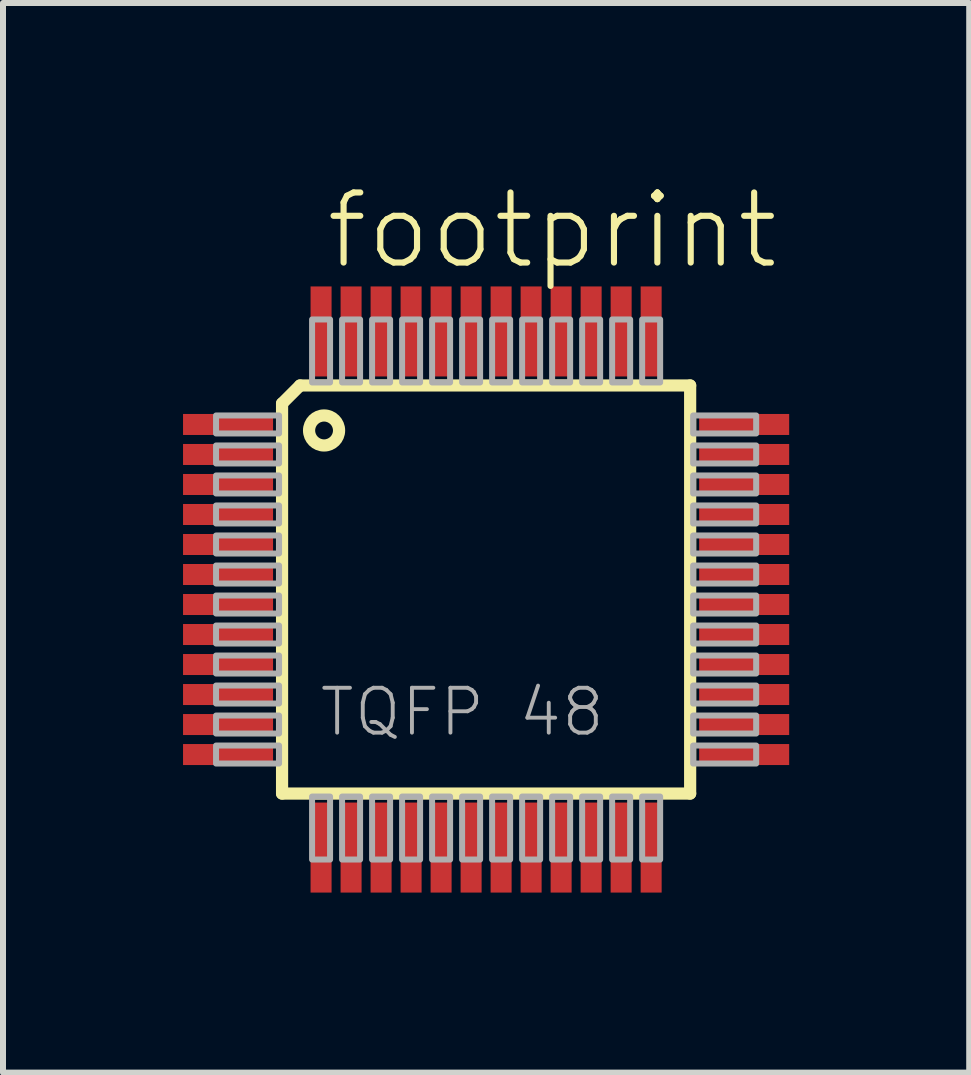
<source format=kicad_pcb>
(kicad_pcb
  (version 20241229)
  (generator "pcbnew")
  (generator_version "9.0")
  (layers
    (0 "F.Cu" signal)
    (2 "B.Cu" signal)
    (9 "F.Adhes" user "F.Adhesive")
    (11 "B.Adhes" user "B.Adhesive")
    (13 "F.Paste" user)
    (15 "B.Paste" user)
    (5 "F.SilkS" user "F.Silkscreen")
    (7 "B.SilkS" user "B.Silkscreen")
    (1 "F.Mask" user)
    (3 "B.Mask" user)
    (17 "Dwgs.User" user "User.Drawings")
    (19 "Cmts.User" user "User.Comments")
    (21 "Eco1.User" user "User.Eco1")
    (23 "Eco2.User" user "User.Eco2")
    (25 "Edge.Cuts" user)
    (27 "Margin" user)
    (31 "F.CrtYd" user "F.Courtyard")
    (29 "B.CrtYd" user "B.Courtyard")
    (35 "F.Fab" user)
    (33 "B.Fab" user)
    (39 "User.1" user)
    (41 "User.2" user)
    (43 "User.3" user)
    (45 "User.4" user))
  (footprint "footprint"
    (layer "F.Cu")
    (at 5.05 6.773)
    (property "Reference" "footprint" (at -2.72 -5.3 0) (layer "F.SilkS") (effects (font (size 1.168 1.168) (thickness 0.102)) (justify left bottom)))
    (fp_line (start -3.4 -3.1) (end -3.4 3.4) (stroke (width 0.203) (type solid)) (layer "F.SilkS"))
    (fp_line (start -3.4 3.4) (end 3.4 3.4) (stroke (width 0.203) (type solid)) (layer "F.SilkS"))
    (fp_line (start -3.1 -3.4) (end -3.4 -3.1) (stroke (width 0.203) (type solid)) (layer "F.SilkS"))
    (fp_line (start 3.4 -3.4) (end -3.1 -3.4) (stroke (width 0.203) (type solid)) (layer "F.SilkS"))
    (fp_line (start 3.4 3.4) (end 3.4 -3.4) (stroke (width 0.203) (type solid)) (layer "F.SilkS"))
    (fp_circle (center -2.7 -2.65) (end -2.45 -2.65) (stroke (width 0.203) (type solid)) (fill no) (layer "F.SilkS"))
    (fp_poly (pts (xy -4.5 -2.6) (xy -3.45 -2.6) (xy -3.45 -2.9) (xy -4.5 -2.9)) (stroke (width 0.1) (type solid)) (fill no) (layer "F.Fab"))
    (fp_poly (pts (xy -4.5 -2.1) (xy -3.45 -2.1) (xy -3.45 -2.4) (xy -4.5 -2.4)) (stroke (width 0.1) (type solid)) (fill no) (layer "F.Fab"))
    (fp_poly (pts (xy -4.5 -1.6) (xy -3.45 -1.6) (xy -3.45 -1.9) (xy -4.5 -1.9)) (stroke (width 0.1) (type solid)) (fill no) (layer "F.Fab"))
    (fp_poly (pts (xy -4.5 -1.1) (xy -3.45 -1.1) (xy -3.45 -1.4) (xy -4.5 -1.4)) (stroke (width 0.1) (type solid)) (fill no) (layer "F.Fab"))
    (fp_poly (pts (xy -4.5 -0.6) (xy -3.45 -0.6) (xy -3.45 -0.9) (xy -4.5 -0.9)) (stroke (width 0.1) (type solid)) (fill no) (layer "F.Fab"))
    (fp_poly (pts (xy -4.5 -0.1) (xy -3.45 -0.1) (xy -3.45 -0.4) (xy -4.5 -0.4)) (stroke (width 0.1) (type solid)) (fill no) (layer "F.Fab"))
    (fp_poly (pts (xy -4.5 0.4) (xy -3.45 0.4) (xy -3.45 0.1) (xy -4.5 0.1)) (stroke (width 0.1) (type solid)) (fill no) (layer "F.Fab"))
    (fp_poly (pts (xy -4.5 0.9) (xy -3.45 0.9) (xy -3.45 0.6) (xy -4.5 0.6)) (stroke (width 0.1) (type solid)) (fill no) (layer "F.Fab"))
    (fp_poly (pts (xy -4.5 1.4) (xy -3.45 1.4) (xy -3.45 1.1) (xy -4.5 1.1)) (stroke (width 0.1) (type solid)) (fill no) (layer "F.Fab"))
    (fp_poly (pts (xy -4.5 1.9) (xy -3.45 1.9) (xy -3.45 1.6) (xy -4.5 1.6)) (stroke (width 0.1) (type solid)) (fill no) (layer "F.Fab"))
    (fp_poly (pts (xy -4.5 2.4) (xy -3.45 2.4) (xy -3.45 2.1) (xy -4.5 2.1)) (stroke (width 0.1) (type solid)) (fill no) (layer "F.Fab"))
    (fp_poly (pts (xy -4.5 2.9) (xy -3.45 2.9) (xy -3.45 2.6) (xy -4.5 2.6)) (stroke (width 0.1) (type solid)) (fill no) (layer "F.Fab"))
    (fp_poly (pts (xy -2.9 -3.45) (xy -2.6 -3.45) (xy -2.6 -4.5) (xy -2.9 -4.5)) (stroke (width 0.1) (type solid)) (fill no) (layer "F.Fab"))
    (fp_poly (pts (xy -2.9 4.5) (xy -2.6 4.5) (xy -2.6 3.45) (xy -2.9 3.45)) (stroke (width 0.1) (type solid)) (fill no) (layer "F.Fab"))
    (fp_poly (pts (xy -2.4 -3.45) (xy -2.1 -3.45) (xy -2.1 -4.5) (xy -2.4 -4.5)) (stroke (width 0.1) (type solid)) (fill no) (layer "F.Fab"))
    (fp_poly (pts (xy -2.4 4.5) (xy -2.1 4.5) (xy -2.1 3.45) (xy -2.4 3.45)) (stroke (width 0.1) (type solid)) (fill no) (layer "F.Fab"))
    (fp_poly (pts (xy -1.9 -3.45) (xy -1.6 -3.45) (xy -1.6 -4.5) (xy -1.9 -4.5)) (stroke (width 0.1) (type solid)) (fill no) (layer "F.Fab"))
    (fp_poly (pts (xy -1.9 4.5) (xy -1.6 4.5) (xy -1.6 3.45) (xy -1.9 3.45)) (stroke (width 0.1) (type solid)) (fill no) (layer "F.Fab"))
    (fp_poly (pts (xy -1.4 -3.45) (xy -1.1 -3.45) (xy -1.1 -4.5) (xy -1.4 -4.5)) (stroke (width 0.1) (type solid)) (fill no) (layer "F.Fab"))
    (fp_poly (pts (xy -1.4 4.5) (xy -1.1 4.5) (xy -1.1 3.45) (xy -1.4 3.45)) (stroke (width 0.1) (type solid)) (fill no) (layer "F.Fab"))
    (fp_poly (pts (xy -0.9 -3.45) (xy -0.6 -3.45) (xy -0.6 -4.5) (xy -0.9 -4.5)) (stroke (width 0.1) (type solid)) (fill no) (layer "F.Fab"))
    (fp_poly (pts (xy -0.9 4.5) (xy -0.6 4.5) (xy -0.6 3.45) (xy -0.9 3.45)) (stroke (width 0.1) (type solid)) (fill no) (layer "F.Fab"))
    (fp_poly (pts (xy -0.4 -3.45) (xy -0.1 -3.45) (xy -0.1 -4.5) (xy -0.4 -4.5)) (stroke (width 0.1) (type solid)) (fill no) (layer "F.Fab"))
    (fp_poly (pts (xy -0.4 4.5) (xy -0.1 4.5) (xy -0.1 3.45) (xy -0.4 3.45)) (stroke (width 0.1) (type solid)) (fill no) (layer "F.Fab"))
    (fp_poly (pts (xy 0.1 -3.45) (xy 0.4 -3.45) (xy 0.4 -4.5) (xy 0.1 -4.5)) (stroke (width 0.1) (type solid)) (fill no) (layer "F.Fab"))
    (fp_poly (pts (xy 0.1 4.5) (xy 0.4 4.5) (xy 0.4 3.45) (xy 0.1 3.45)) (stroke (width 0.1) (type solid)) (fill no) (layer "F.Fab"))
    (fp_poly (pts (xy 0.6 -3.45) (xy 0.9 -3.45) (xy 0.9 -4.5) (xy 0.6 -4.5)) (stroke (width 0.1) (type solid)) (fill no) (layer "F.Fab"))
    (fp_poly (pts (xy 0.6 4.5) (xy 0.9 4.5) (xy 0.9 3.45) (xy 0.6 3.45)) (stroke (width 0.1) (type solid)) (fill no) (layer "F.Fab"))
    (fp_poly (pts (xy 1.1 -3.45) (xy 1.4 -3.45) (xy 1.4 -4.5) (xy 1.1 -4.5)) (stroke (width 0.1) (type solid)) (fill no) (layer "F.Fab"))
    (fp_poly (pts (xy 1.1 4.5) (xy 1.4 4.5) (xy 1.4 3.45) (xy 1.1 3.45)) (stroke (width 0.1) (type solid)) (fill no) (layer "F.Fab"))
    (fp_poly (pts (xy 1.6 -3.45) (xy 1.9 -3.45) (xy 1.9 -4.5) (xy 1.6 -4.5)) (stroke (width 0.1) (type solid)) (fill no) (layer "F.Fab"))
    (fp_poly (pts (xy 1.6 4.5) (xy 1.9 4.5) (xy 1.9 3.45) (xy 1.6 3.45)) (stroke (width 0.1) (type solid)) (fill no) (layer "F.Fab"))
    (fp_poly (pts (xy 2.1 -3.45) (xy 2.4 -3.45) (xy 2.4 -4.5) (xy 2.1 -4.5)) (stroke (width 0.1) (type solid)) (fill no) (layer "F.Fab"))
    (fp_poly (pts (xy 2.1 4.5) (xy 2.4 4.5) (xy 2.4 3.45) (xy 2.1 3.45)) (stroke (width 0.1) (type solid)) (fill no) (layer "F.Fab"))
    (fp_poly (pts (xy 2.6 -3.45) (xy 2.9 -3.45) (xy 2.9 -4.5) (xy 2.6 -4.5)) (stroke (width 0.1) (type solid)) (fill no) (layer "F.Fab"))
    (fp_poly (pts (xy 2.6 4.5) (xy 2.9 4.5) (xy 2.9 3.45) (xy 2.6 3.45)) (stroke (width 0.1) (type solid)) (fill no) (layer "F.Fab"))
    (fp_poly (pts (xy 3.45 -2.6) (xy 4.5 -2.6) (xy 4.5 -2.9) (xy 3.45 -2.9)) (stroke (width 0.1) (type solid)) (fill no) (layer "F.Fab"))
    (fp_poly (pts (xy 3.45 -2.1) (xy 4.5 -2.1) (xy 4.5 -2.4) (xy 3.45 -2.4)) (stroke (width 0.1) (type solid)) (fill no) (layer "F.Fab"))
    (fp_poly (pts (xy 3.45 -1.6) (xy 4.5 -1.6) (xy 4.5 -1.9) (xy 3.45 -1.9)) (stroke (width 0.1) (type solid)) (fill no) (layer "F.Fab"))
    (fp_poly (pts (xy 3.45 -1.1) (xy 4.5 -1.1) (xy 4.5 -1.4) (xy 3.45 -1.4)) (stroke (width 0.1) (type solid)) (fill no) (layer "F.Fab"))
    (fp_poly (pts (xy 3.45 -0.6) (xy 4.5 -0.6) (xy 4.5 -0.9) (xy 3.45 -0.9)) (stroke (width 0.1) (type solid)) (fill no) (layer "F.Fab"))
    (fp_poly (pts (xy 3.45 -0.1) (xy 4.5 -0.1) (xy 4.5 -0.4) (xy 3.45 -0.4)) (stroke (width 0.1) (type solid)) (fill no) (layer "F.Fab"))
    (fp_poly (pts (xy 3.45 0.4) (xy 4.5 0.4) (xy 4.5 0.1) (xy 3.45 0.1)) (stroke (width 0.1) (type solid)) (fill no) (layer "F.Fab"))
    (fp_poly (pts (xy 3.45 0.9) (xy 4.5 0.9) (xy 4.5 0.6) (xy 3.45 0.6)) (stroke (width 0.1) (type solid)) (fill no) (layer "F.Fab"))
    (fp_poly (pts (xy 3.45 1.4) (xy 4.5 1.4) (xy 4.5 1.1) (xy 3.45 1.1)) (stroke (width 0.1) (type solid)) (fill no) (layer "F.Fab"))
    (fp_poly (pts (xy 3.45 1.9) (xy 4.5 1.9) (xy 4.5 1.6) (xy 3.45 1.6)) (stroke (width 0.1) (type solid)) (fill no) (layer "F.Fab"))
    (fp_poly (pts (xy 3.45 2.4) (xy 4.5 2.4) (xy 4.5 2.1) (xy 3.45 2.1)) (stroke (width 0.1) (type solid)) (fill no) (layer "F.Fab"))
    (fp_poly (pts (xy 3.45 2.9) (xy 4.5 2.9) (xy 4.5 2.6) (xy 3.45 2.6)) (stroke (width 0.1) (type solid)) (fill no) (layer "F.Fab"))
    (fp_text user "TQFP 48" (at -2.81 2.48 0) (layer "F.Fab") (effects (font (size 0.748 0.748) (thickness 0.065)) (justify left bottom)))
    (pad "1" smd rect (at -4.3 -2.75) (size 1.5 0.35) (layers "F.Cu" "F.Mask" "F.Paste"))
    (pad "2" smd rect (at -4.3 -2.25) (size 1.5 0.35) (layers "F.Cu" "F.Mask" "F.Paste"))
    (pad "3" smd rect (at -4.3 -1.75) (size 1.5 0.35) (layers "F.Cu" "F.Mask" "F.Paste"))
    (pad "4" smd rect (at -4.3 -1.25) (size 1.5 0.35) (layers "F.Cu" "F.Mask" "F.Paste"))
    (pad "5" smd rect (at -4.3 -0.75) (size 1.5 0.35) (layers "F.Cu" "F.Mask" "F.Paste"))
    (pad "6" smd rect (at -4.3 -0.25) (size 1.5 0.35) (layers "F.Cu" "F.Mask" "F.Paste"))
    (pad "7" smd rect (at -4.3 0.25) (size 1.5 0.35) (layers "F.Cu" "F.Mask" "F.Paste"))
    (pad "8" smd rect (at -4.3 0.75) (size 1.5 0.35) (layers "F.Cu" "F.Mask" "F.Paste"))
    (pad "9" smd rect (at -4.3 1.25) (size 1.5 0.35) (layers "F.Cu" "F.Mask" "F.Paste"))
    (pad "10" smd rect (at -4.3 1.75) (size 1.5 0.35) (layers "F.Cu" "F.Mask" "F.Paste"))
    (pad "11" smd rect (at -4.3 2.25) (size 1.5 0.35) (layers "F.Cu" "F.Mask" "F.Paste"))
    (pad "12" smd rect (at -4.3 2.75) (size 1.5 0.35) (layers "F.Cu" "F.Mask" "F.Paste"))
    (pad "13" smd rect (at -2.75 4.3) (size 0.35 1.5) (layers "F.Cu" "F.Mask" "F.Paste"))
    (pad "14" smd rect (at -2.25 4.3) (size 0.35 1.5) (layers "F.Cu" "F.Mask" "F.Paste"))
    (pad "15" smd rect (at -1.75 4.3) (size 0.35 1.5) (layers "F.Cu" "F.Mask" "F.Paste"))
    (pad "16" smd rect (at -1.25 4.3) (size 0.35 1.5) (layers "F.Cu" "F.Mask" "F.Paste"))
    (pad "17" smd rect (at -0.75 4.3) (size 0.35 1.5) (layers "F.Cu" "F.Mask" "F.Paste"))
    (pad "18" smd rect (at -0.25 4.3) (size 0.35 1.5) (layers "F.Cu" "F.Mask" "F.Paste"))
    (pad "19" smd rect (at 0.25 4.3) (size 0.35 1.5) (layers "F.Cu" "F.Mask" "F.Paste"))
    (pad "20" smd rect (at 0.75 4.3) (size 0.35 1.5) (layers "F.Cu" "F.Mask" "F.Paste"))
    (pad "21" smd rect (at 1.25 4.3) (size 0.35 1.5) (layers "F.Cu" "F.Mask" "F.Paste"))
    (pad "22" smd rect (at 1.75 4.3) (size 0.35 1.5) (layers "F.Cu" "F.Mask" "F.Paste"))
    (pad "23" smd rect (at 2.25 4.3) (size 0.35 1.5) (layers "F.Cu" "F.Mask" "F.Paste"))
    (pad "24" smd rect (at 2.75 4.3) (size 0.35 1.5) (layers "F.Cu" "F.Mask" "F.Paste"))
    (pad "25" smd rect (at 4.3 2.75) (size 1.5 0.35) (layers "F.Cu" "F.Mask" "F.Paste"))
    (pad "26" smd rect (at 4.3 2.25) (size 1.5 0.35) (layers "F.Cu" "F.Mask" "F.Paste"))
    (pad "27" smd rect (at 4.3 1.75) (size 1.5 0.35) (layers "F.Cu" "F.Mask" "F.Paste"))
    (pad "28" smd rect (at 4.3 1.25) (size 1.5 0.35) (layers "F.Cu" "F.Mask" "F.Paste"))
    (pad "29" smd rect (at 4.3 0.75) (size 1.5 0.35) (layers "F.Cu" "F.Mask" "F.Paste"))
    (pad "30" smd rect (at 4.3 0.25) (size 1.5 0.35) (layers "F.Cu" "F.Mask" "F.Paste"))
    (pad "31" smd rect (at 4.3 -0.25) (size 1.5 0.35) (layers "F.Cu" "F.Mask" "F.Paste"))
    (pad "32" smd rect (at 4.3 -0.75) (size 1.5 0.35) (layers "F.Cu" "F.Mask" "F.Paste"))
    (pad "33" smd rect (at 4.3 -1.25) (size 1.5 0.35) (layers "F.Cu" "F.Mask" "F.Paste"))
    (pad "34" smd rect (at 4.3 -1.75) (size 1.5 0.35) (layers "F.Cu" "F.Mask" "F.Paste"))
    (pad "35" smd rect (at 4.3 -2.25) (size 1.5 0.35) (layers "F.Cu" "F.Mask" "F.Paste"))
    (pad "36" smd rect (at 4.3 -2.75) (size 1.5 0.35) (layers "F.Cu" "F.Mask" "F.Paste"))
    (pad "37" smd rect (at 2.75 -4.3) (size 0.35 1.5) (layers "F.Cu" "F.Mask" "F.Paste"))
    (pad "38" smd rect (at 2.25 -4.3) (size 0.35 1.5) (layers "F.Cu" "F.Mask" "F.Paste"))
    (pad "39" smd rect (at 1.75 -4.3) (size 0.35 1.5) (layers "F.Cu" "F.Mask" "F.Paste"))
    (pad "40" smd rect (at 1.25 -4.3) (size 0.35 1.5) (layers "F.Cu" "F.Mask" "F.Paste"))
    (pad "41" smd rect (at 0.75 -4.3) (size 0.35 1.5) (layers "F.Cu" "F.Mask" "F.Paste"))
    (pad "42" smd rect (at 0.25 -4.3) (size 0.35 1.5) (layers "F.Cu" "F.Mask" "F.Paste"))
    (pad "43" smd rect (at -0.25 -4.3) (size 0.35 1.5) (layers "F.Cu" "F.Mask" "F.Paste"))
    (pad "44" smd rect (at -0.75 -4.3) (size 0.35 1.5) (layers "F.Cu" "F.Mask" "F.Paste"))
    (pad "45" smd rect (at -1.25 -4.3) (size 0.35 1.5) (layers "F.Cu" "F.Mask" "F.Paste"))
    (pad "46" smd rect (at -1.75 -4.3) (size 0.35 1.5) (layers "F.Cu" "F.Mask" "F.Paste"))
    (pad "47" smd rect (at -2.25 -4.3) (size 0.35 1.5) (layers "F.Cu" "F.Mask" "F.Paste"))
    (pad "48" smd rect (at -2.75 -4.3) (size 0.35 1.5) (layers "F.Cu" "F.Mask" "F.Paste")))
  (gr_rect
    (start -3 -3)
    (end 13.1 14.823)
    (stroke (width 0.1) (type default))
    (fill no)
    (layer "Edge.Cuts")))
</source>
